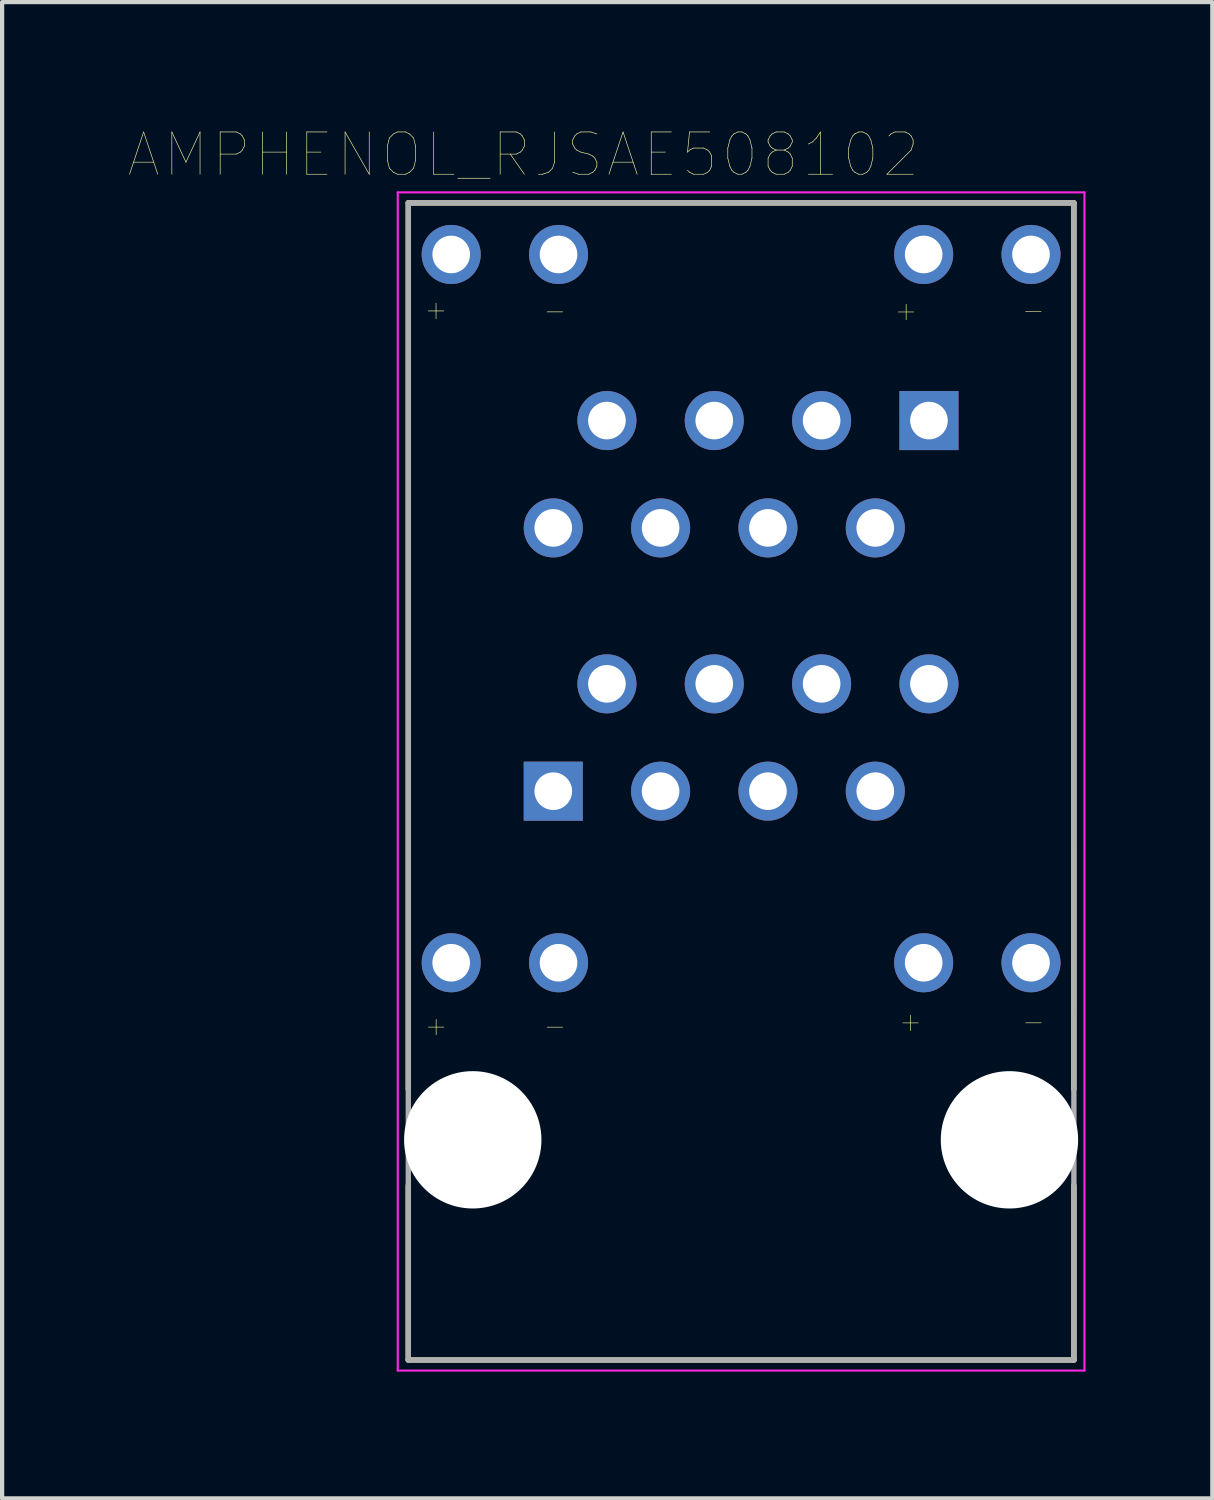
<source format=kicad_pcb>
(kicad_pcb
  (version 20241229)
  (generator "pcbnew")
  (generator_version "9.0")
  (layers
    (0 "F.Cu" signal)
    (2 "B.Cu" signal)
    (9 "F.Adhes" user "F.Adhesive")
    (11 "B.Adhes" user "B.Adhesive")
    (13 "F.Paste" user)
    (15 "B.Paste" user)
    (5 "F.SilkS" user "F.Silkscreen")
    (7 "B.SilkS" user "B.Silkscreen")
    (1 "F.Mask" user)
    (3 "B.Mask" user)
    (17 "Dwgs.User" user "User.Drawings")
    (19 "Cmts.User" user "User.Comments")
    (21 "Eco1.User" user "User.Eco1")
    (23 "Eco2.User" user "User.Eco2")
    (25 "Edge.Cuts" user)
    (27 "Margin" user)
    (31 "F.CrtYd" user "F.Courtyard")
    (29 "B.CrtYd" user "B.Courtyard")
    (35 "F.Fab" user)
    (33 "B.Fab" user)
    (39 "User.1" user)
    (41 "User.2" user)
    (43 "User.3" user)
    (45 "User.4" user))
  (footprint "AMPHENOL_RJSAE508102"
    (layer "F.Cu")
    (at 14.487 23.922)
    (property "Reference" "AMPHENOL_RJSAE508102" (at -5.153 -23.311 0) (layer "F.SilkS") (effects (font (size 1.001 1.001) (thickness 0.015))))
    (attr through_hole)
    (fp_line (start -7.876 1.08) (end -7.876 5.21) (stroke (width 0.127) (type solid)) (layer "F.SilkS"))
    (fp_line (start -7.876 5.21) (end 7.876 5.21) (stroke (width 0.127) (type solid)) (layer "F.SilkS"))
    (fp_line (start -7.875 -22.17) (end -7.875 -1.196) (stroke (width 0.127) (type solid)) (layer "F.SilkS"))
    (fp_line (start -7.875 -22.17) (end 7.875 -22.17) (stroke (width 0.127) (type solid)) (layer "F.SilkS"))
    (fp_line (start 7.875 -22.17) (end 7.874 -1.196) (stroke (width 0.127) (type solid)) (layer "F.SilkS"))
    (fp_line (start 7.876 5.21) (end 7.876 1.08) (stroke (width 0.127) (type solid)) (layer "F.SilkS"))
    (fp_line (start -8.125 -22.42) (end -8.125 5.46) (stroke (width 0.05) (type solid)) (layer "F.CrtYd"))
    (fp_line (start -8.125 5.46) (end 8.125 5.46) (stroke (width 0.05) (type solid)) (layer "F.CrtYd"))
    (fp_line (start 8.125 -22.42) (end -8.125 -22.42) (stroke (width 0.05) (type solid)) (layer "F.CrtYd"))
    (fp_line (start 8.125 5.46) (end 8.125 -22.42) (stroke (width 0.05) (type solid)) (layer "F.CrtYd"))
    (fp_line (start -7.875 -22.17) (end -7.875 5.21) (stroke (width 0.127) (type solid)) (layer "F.Fab"))
    (fp_line (start -7.875 5.21) (end 7.875 5.21) (stroke (width 0.127) (type solid)) (layer "F.Fab"))
    (fp_line (start 7.875 -22.17) (end -7.875 -22.17) (stroke (width 0.127) (type solid)) (layer "F.Fab"))
    (fp_line (start 7.875 5.21) (end 7.875 -22.17) (stroke (width 0.127) (type solid)) (layer "F.Fab"))
    (fp_text user "+" (at -7.216 -2.706 0) (layer "F.SilkS") (effects (font (size 0.481 0.481) (thickness 0.015))))
    (fp_text user "+" (at -7.219 -19.653 0) (layer "F.SilkS") (effects (font (size 0.481 0.481) (thickness 0.015))))
    (fp_text user "-" (at -4.407 -19.631 0) (layer "F.SilkS") (effects (font (size 0.481 0.481) (thickness 0.015))))
    (fp_text user "-" (at 6.917 -2.807 0) (layer "F.SilkS") (effects (font (size 0.481 0.481) (thickness 0.015))))
    (fp_text user "+" (at 4.008 -2.805 0) (layer "F.SilkS") (effects (font (size 0.481 0.481) (thickness 0.015))))
    (fp_text user "+" (at 3.906 -19.628 0) (layer "F.SilkS") (effects (font (size 0.481 0.481) (thickness 0.015))))
    (fp_text user "-" (at 6.915 -19.644 0) (layer "F.SilkS") (effects (font (size 0.481 0.481) (thickness 0.015))))
    (fp_text user "-" (at -4.406 -2.704 0) (layer "F.SilkS") (effects (font (size 0.481 0.481) (thickness 0.015))))
    (pad "" np_thru_hole circle (at -6.35 0) (size 3.25 3.25) (drill 3.25) (layers "*.Cu" "*.Mask"))
    (pad "" np_thru_hole circle (at 6.35 0) (size 3.25 3.25) (drill 3.25) (layers "*.Cu" "*.Mask"))
    (pad "11" thru_hole rect (at -4.445 -8.25) (size 1.398 1.398) (drill 0.89) (layers "*.Cu" "*.Mask"))
    (pad "12" thru_hole circle (at -3.175 -10.79) (size 1.398 1.398) (drill 0.89) (layers "*.Cu" "*.Mask"))
    (pad "13" thru_hole circle (at -1.905 -8.25) (size 1.398 1.398) (drill 0.89) (layers "*.Cu" "*.Mask"))
    (pad "14" thru_hole circle (at -0.635 -10.79) (size 1.398 1.398) (drill 0.89) (layers "*.Cu" "*.Mask"))
    (pad "15" thru_hole circle (at 0.635 -8.25) (size 1.398 1.398) (drill 0.89) (layers "*.Cu" "*.Mask"))
    (pad "16" thru_hole circle (at 1.905 -10.79) (size 1.398 1.398) (drill 0.89) (layers "*.Cu" "*.Mask"))
    (pad "17" thru_hole circle (at 3.175 -8.25) (size 1.398 1.398) (drill 0.89) (layers "*.Cu" "*.Mask"))
    (pad "18" thru_hole circle (at 4.445 -10.79) (size 1.398 1.398) (drill 0.89) (layers "*.Cu" "*.Mask"))
    (pad "19" thru_hole circle (at 6.86 -4.19) (size 1.398 1.398) (drill 0.89) (layers "*.Cu" "*.Mask"))
    (pad "21" thru_hole rect (at 4.445 -17.02) (size 1.398 1.398) (drill 0.89) (layers "*.Cu" "*.Mask"))
    (pad "22" thru_hole circle (at 3.175 -14.48) (size 1.398 1.398) (drill 0.89) (layers "*.Cu" "*.Mask"))
    (pad "23" thru_hole circle (at 1.905 -17.02) (size 1.398 1.398) (drill 0.89) (layers "*.Cu" "*.Mask"))
    (pad "24" thru_hole circle (at 0.635 -14.48) (size 1.398 1.398) (drill 0.89) (layers "*.Cu" "*.Mask"))
    (pad "25" thru_hole circle (at -0.635 -17.02) (size 1.398 1.398) (drill 0.89) (layers "*.Cu" "*.Mask"))
    (pad "26" thru_hole circle (at -1.905 -14.48) (size 1.398 1.398) (drill 0.89) (layers "*.Cu" "*.Mask"))
    (pad "27" thru_hole circle (at -3.175 -17.02) (size 1.398 1.398) (drill 0.89) (layers "*.Cu" "*.Mask"))
    (pad "28" thru_hole circle (at -4.445 -14.48) (size 1.398 1.398) (drill 0.89) (layers "*.Cu" "*.Mask"))
    (pad "29" thru_hole circle (at 6.86 -20.95) (size 1.398 1.398) (drill 0.89) (layers "*.Cu" "*.Mask"))
    (pad "110" thru_hole circle (at 4.32 -4.19) (size 1.398 1.398) (drill 0.89) (layers "*.Cu" "*.Mask"))
    (pad "111" thru_hole circle (at -4.32 -4.19) (size 1.398 1.398) (drill 0.89) (layers "*.Cu" "*.Mask"))
    (pad "112" thru_hole circle (at -6.86 -4.19) (size 1.398 1.398) (drill 0.89) (layers "*.Cu" "*.Mask"))
    (pad "210" thru_hole circle (at 4.32 -20.95) (size 1.398 1.398) (drill 0.89) (layers "*.Cu" "*.Mask"))
    (pad "211" thru_hole circle (at -4.32 -20.95) (size 1.398 1.398) (drill 0.89) (layers "*.Cu" "*.Mask"))
    (pad "212" thru_hole circle (at -6.86 -20.95) (size 1.398 1.398) (drill 0.89) (layers "*.Cu" "*.Mask")))
  (gr_rect
    (start -3 -3)
    (end 25.637 32.407)
    (stroke (width 0.1) (type default))
    (fill no)
    (layer "Edge.Cuts")))
</source>
